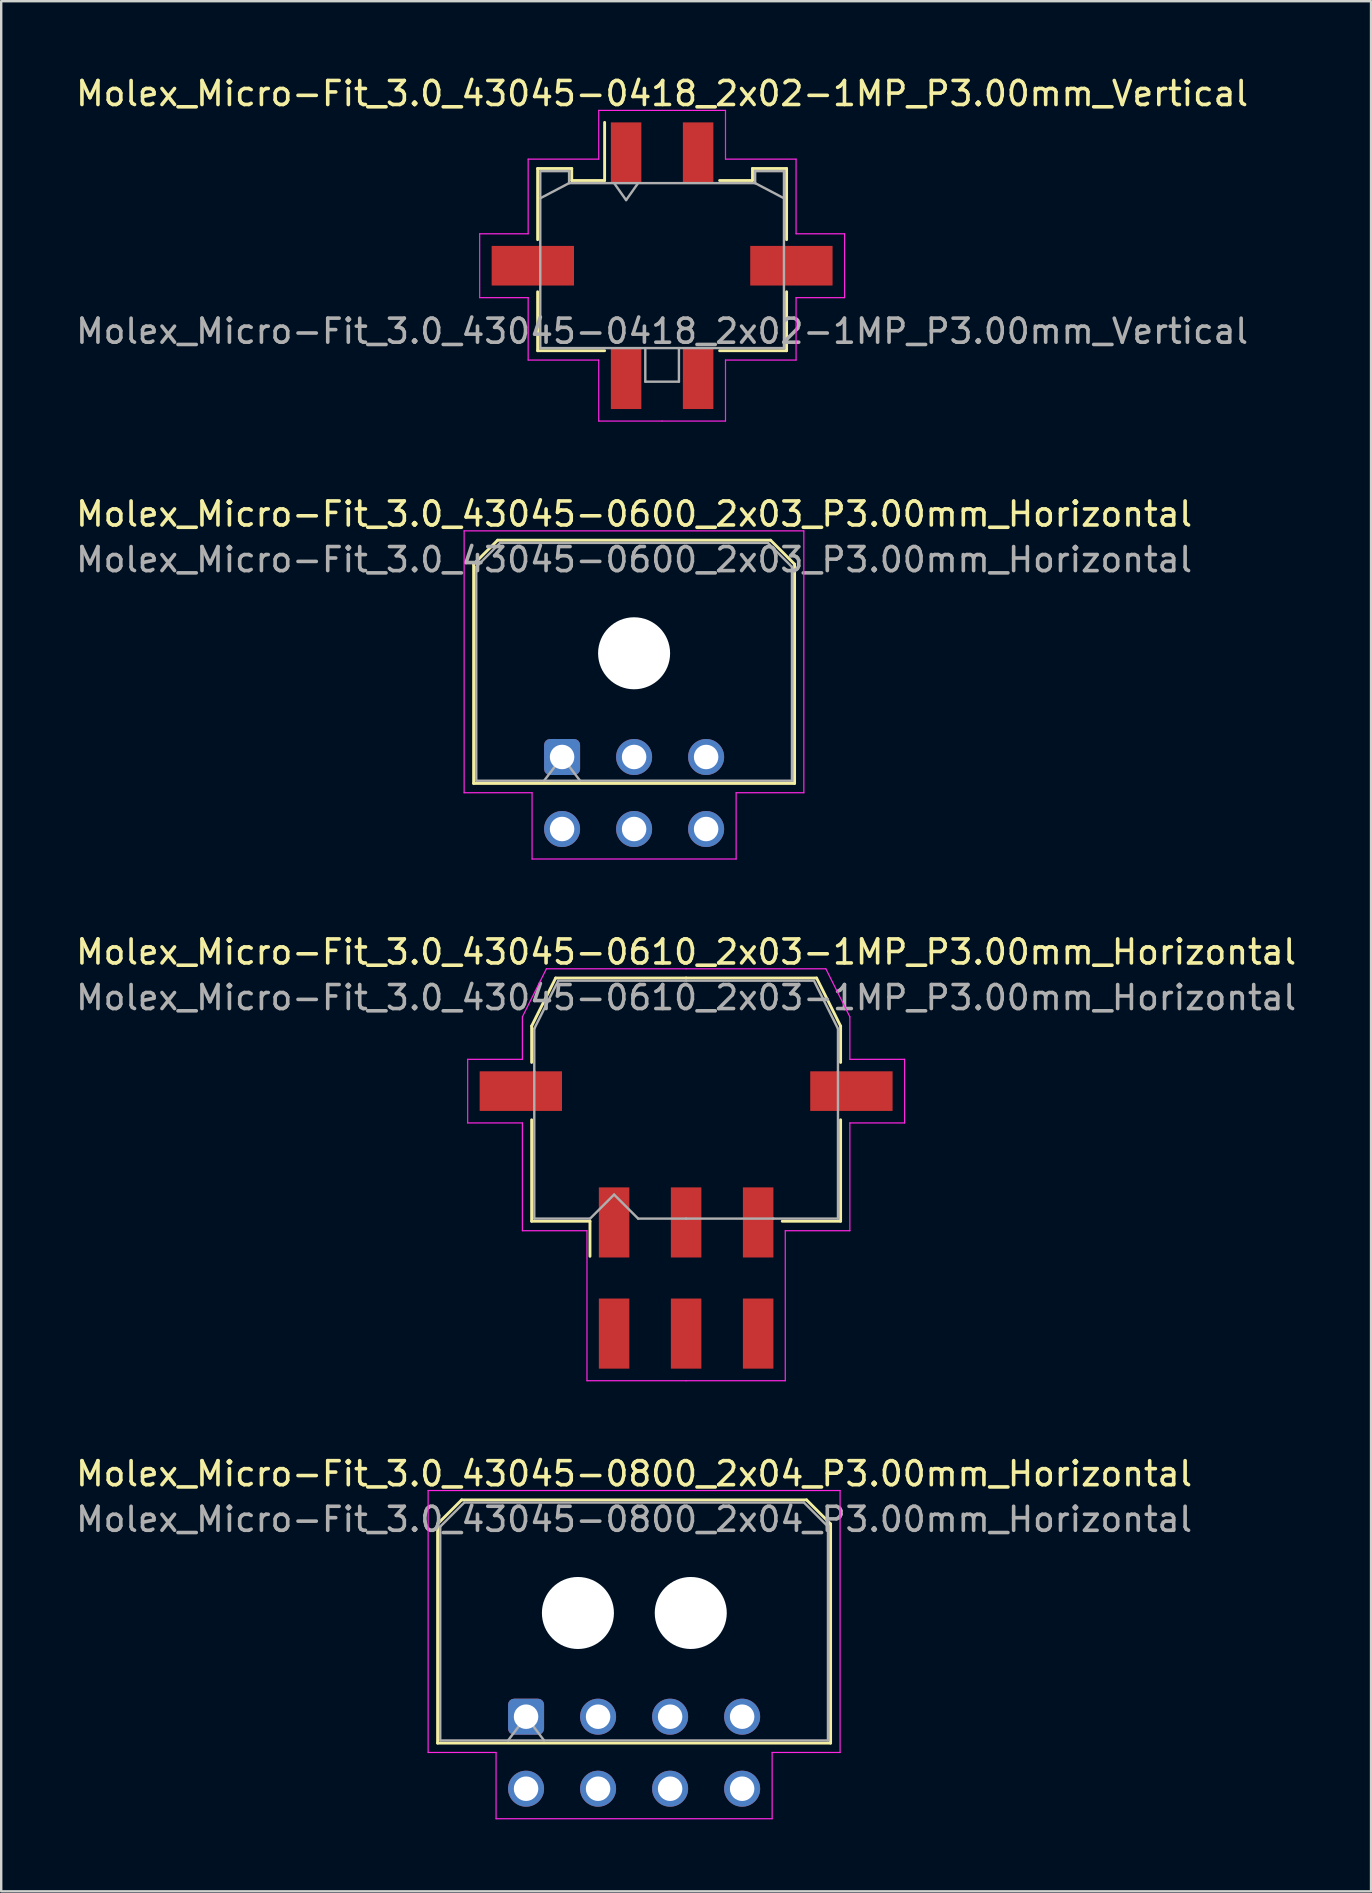
<source format=kicad_pcb>
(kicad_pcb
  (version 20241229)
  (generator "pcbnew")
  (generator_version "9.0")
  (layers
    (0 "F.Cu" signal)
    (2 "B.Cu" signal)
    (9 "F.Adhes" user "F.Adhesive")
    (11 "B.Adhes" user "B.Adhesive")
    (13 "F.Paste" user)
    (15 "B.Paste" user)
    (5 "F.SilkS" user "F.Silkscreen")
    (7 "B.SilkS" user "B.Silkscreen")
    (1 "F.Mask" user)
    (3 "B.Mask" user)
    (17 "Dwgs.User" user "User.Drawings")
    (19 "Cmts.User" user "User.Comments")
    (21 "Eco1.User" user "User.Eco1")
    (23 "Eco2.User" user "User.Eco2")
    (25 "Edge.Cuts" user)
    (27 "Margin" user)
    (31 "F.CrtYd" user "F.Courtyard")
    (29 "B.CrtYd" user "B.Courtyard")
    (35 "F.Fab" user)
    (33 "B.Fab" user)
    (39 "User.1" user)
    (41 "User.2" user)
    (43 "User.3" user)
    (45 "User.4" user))
  (footprint "Molex_Micro-Fit_3.0_43045-0610_2x03-1MP_P3.00mm_Horizontal"
    (layer "F.Cu")
    (at 25.53 50.185)
    (property "Reference" "Molex_Micro-Fit_3.0_43045-0610_2x03-1MP_P3.00mm_Horizontal" (at 0 -13.58 0) (layer "F.SilkS") (effects (font (size 1 1) (thickness 0.15))))
    (attr smd)
    (fp_line (start -6.435 -10.495) (end -6.435 -8.98) (stroke (width 0.12) (type solid)) (layer "F.SilkS"))
    (fp_line (start -6.435 -6.59) (end -6.435 -2.365) (stroke (width 0.12) (type solid)) (layer "F.SilkS"))
    (fp_line (start -6.435 -2.365) (end -4.005 -2.365) (stroke (width 0.12) (type solid)) (layer "F.SilkS"))
    (fp_line (start -5.435 -12.495) (end -6.435 -10.495) (stroke (width 0.12) (type solid)) (layer "F.SilkS"))
    (fp_line (start -4.005 -2.365) (end -4.005 -0.905) (stroke (width 0.12) (type solid)) (layer "F.SilkS"))
    (fp_line (start 0 -12.495) (end -5.435 -12.495) (stroke (width 0.12) (type solid)) (layer "F.SilkS"))
    (fp_line (start 0 -12.495) (end 5.435 -12.495) (stroke (width 0.12) (type solid)) (layer "F.SilkS"))
    (fp_line (start 5.435 -12.495) (end 6.435 -10.495) (stroke (width 0.12) (type solid)) (layer "F.SilkS"))
    (fp_line (start 6.435 -10.495) (end 6.435 -8.98) (stroke (width 0.12) (type solid)) (layer "F.SilkS"))
    (fp_line (start 6.435 -6.59) (end 6.435 -2.365) (stroke (width 0.12) (type solid)) (layer "F.SilkS"))
    (fp_line (start 6.435 -2.365) (end 4.005 -2.365) (stroke (width 0.12) (type solid)) (layer "F.SilkS"))
    (fp_line (start -9.1 -9.11) (end -9.1 -6.46) (stroke (width 0.05) (type solid)) (layer "F.CrtYd"))
    (fp_line (start -9.1 -6.46) (end -6.82 -6.46) (stroke (width 0.05) (type solid)) (layer "F.CrtYd"))
    (fp_line (start -6.82 -10.88) (end -6.82 -9.11) (stroke (width 0.05) (type solid)) (layer "F.CrtYd"))
    (fp_line (start -6.82 -9.11) (end -9.1 -9.11) (stroke (width 0.05) (type solid)) (layer "F.CrtYd"))
    (fp_line (start -6.82 -6.46) (end -6.82 -1.97) (stroke (width 0.05) (type solid)) (layer "F.CrtYd"))
    (fp_line (start -6.82 -1.97) (end -4.13 -1.97) (stroke (width 0.05) (type solid)) (layer "F.CrtYd"))
    (fp_line (start -5.82 -12.88) (end -6.82 -10.88) (stroke (width 0.05) (type solid)) (layer "F.CrtYd"))
    (fp_line (start -4.13 -1.97) (end -4.13 4.28) (stroke (width 0.05) (type solid)) (layer "F.CrtYd"))
    (fp_line (start -4.13 4.28) (end 0 4.28) (stroke (width 0.05) (type solid)) (layer "F.CrtYd"))
    (fp_line (start 0 -12.88) (end -5.82 -12.88) (stroke (width 0.05) (type solid)) (layer "F.CrtYd"))
    (fp_line (start 0 -12.88) (end 5.82 -12.88) (stroke (width 0.05) (type solid)) (layer "F.CrtYd"))
    (fp_line (start 4.13 -1.97) (end 4.13 4.28) (stroke (width 0.05) (type solid)) (layer "F.CrtYd"))
    (fp_line (start 4.13 4.28) (end 0 4.28) (stroke (width 0.05) (type solid)) (layer "F.CrtYd"))
    (fp_line (start 5.82 -12.88) (end 6.82 -10.88) (stroke (width 0.05) (type solid)) (layer "F.CrtYd"))
    (fp_line (start 6.82 -10.88) (end 6.82 -9.11) (stroke (width 0.05) (type solid)) (layer "F.CrtYd"))
    (fp_line (start 6.82 -9.11) (end 9.1 -9.11) (stroke (width 0.05) (type solid)) (layer "F.CrtYd"))
    (fp_line (start 6.82 -6.46) (end 6.82 -1.97) (stroke (width 0.05) (type solid)) (layer "F.CrtYd"))
    (fp_line (start 6.82 -1.97) (end 4.13 -1.97) (stroke (width 0.05) (type solid)) (layer "F.CrtYd"))
    (fp_line (start 9.1 -9.11) (end 9.1 -6.46) (stroke (width 0.05) (type solid)) (layer "F.CrtYd"))
    (fp_line (start 9.1 -6.46) (end 6.82 -6.46) (stroke (width 0.05) (type solid)) (layer "F.CrtYd"))
    (fp_line (start -6.325 -10.385) (end -6.325 -8.61) (stroke (width 0.1) (type solid)) (layer "F.Fab"))
    (fp_line (start -6.325 -8.61) (end -6.325 -2.475) (stroke (width 0.1) (type solid)) (layer "F.Fab"))
    (fp_line (start -6.325 -2.475) (end -4 -2.475) (stroke (width 0.1) (type solid)) (layer "F.Fab"))
    (fp_line (start -5.325 -12.385) (end -6.325 -10.385) (stroke (width 0.1) (type solid)) (layer "F.Fab"))
    (fp_line (start -4 -2.475) (end -3 -3.475) (stroke (width 0.1) (type solid)) (layer "F.Fab"))
    (fp_line (start -3 -3.475) (end -2 -2.475) (stroke (width 0.1) (type solid)) (layer "F.Fab"))
    (fp_line (start -2 -2.475) (end 0 -2.475) (stroke (width 0.1) (type solid)) (layer "F.Fab"))
    (fp_line (start 0 -12.385) (end -5.325 -12.385) (stroke (width 0.1) (type solid)) (layer "F.Fab"))
    (fp_line (start 0 -12.385) (end 5.325 -12.385) (stroke (width 0.1) (type solid)) (layer "F.Fab"))
    (fp_line (start 3.635 -2.475) (end 0 -2.475) (stroke (width 0.1) (type solid)) (layer "F.Fab"))
    (fp_line (start 5.325 -12.385) (end 6.325 -10.385) (stroke (width 0.1) (type solid)) (layer "F.Fab"))
    (fp_line (start 6.325 -10.385) (end 6.325 -8.61) (stroke (width 0.1) (type solid)) (layer "F.Fab"))
    (fp_line (start 6.325 -8.61) (end 6.325 -2.475) (stroke (width 0.1) (type solid)) (layer "F.Fab"))
    (fp_line (start 6.325 -2.475) (end 3.635 -2.475) (stroke (width 0.1) (type solid)) (layer "F.Fab"))
    (fp_text user "${REFERENCE}" (at 0 -11.68 0) (layer "F.Fab") (effects (font (size 1 1) (thickness 0.15))))
    (pad "1" smd rect (at -3 -2.315) (size 1.27 2.92) (layers "F.Cu" "F.Mask" "F.Paste"))
    (pad "2" smd rect (at 0 -2.315) (size 1.27 2.92) (layers "F.Cu" "F.Mask" "F.Paste"))
    (pad "3" smd rect (at 3 -2.315) (size 1.27 2.92) (layers "F.Cu" "F.Mask" "F.Paste"))
    (pad "4" smd rect (at -3 2.315) (size 1.27 2.92) (layers "F.Cu" "F.Mask" "F.Paste"))
    (pad "5" smd rect (at 0 2.315) (size 1.27 2.92) (layers "F.Cu" "F.Mask" "F.Paste"))
    (pad "6" smd rect (at 3 2.315) (size 1.27 2.92) (layers "F.Cu" "F.Mask" "F.Paste"))
    (pad "MP" smd rect (at -6.885 -7.785) (size 3.43 1.65) (layers "F.Cu" "F.Mask" "F.Paste"))
    (pad "MP" smd rect (at 6.885 -7.785) (size 3.43 1.65) (layers "F.Cu" "F.Mask" "F.Paste")))
  (footprint "Molex_Micro-Fit_3.0_43045-0418_2x02-1MP_P3.00mm_Vertical"
    (layer "F.Cu")
    (at 24.53 8.018)
    (property "Reference" "Molex_Micro-Fit_3.0_43045-0418_2x02-1MP_P3.00mm_Vertical" (at 0 -7.17 0) (layer "F.SilkS") (effects (font (size 1 1) (thickness 0.15))))
    (attr smd)
    (fp_line (start -5.185 -4.05) (end -3.765 -4.05) (stroke (width 0.12) (type solid)) (layer "F.SilkS"))
    (fp_line (start -5.185 -1.085) (end -5.185 -4.05) (stroke (width 0.12) (type solid)) (layer "F.SilkS"))
    (fp_line (start -5.185 1.085) (end -5.185 3.54) (stroke (width 0.12) (type solid)) (layer "F.SilkS"))
    (fp_line (start -5.185 3.54) (end -2.395 3.54) (stroke (width 0.12) (type solid)) (layer "F.SilkS"))
    (fp_line (start -3.765 -4.05) (end -3.765 -3.55) (stroke (width 0.12) (type solid)) (layer "F.SilkS"))
    (fp_line (start -3.765 -3.55) (end -2.395 -3.55) (stroke (width 0.12) (type solid)) (layer "F.SilkS"))
    (fp_line (start -2.395 -3.55) (end -2.395 -5.97) (stroke (width 0.12) (type solid)) (layer "F.SilkS"))
    (fp_line (start 3.765 -4.05) (end 3.765 -3.55) (stroke (width 0.12) (type solid)) (layer "F.SilkS"))
    (fp_line (start 3.765 -3.55) (end 2.395 -3.55) (stroke (width 0.12) (type solid)) (layer "F.SilkS"))
    (fp_line (start 5.185 -4.05) (end 3.765 -4.05) (stroke (width 0.12) (type solid)) (layer "F.SilkS"))
    (fp_line (start 5.185 -1.085) (end 5.185 -4.05) (stroke (width 0.12) (type solid)) (layer "F.SilkS"))
    (fp_line (start 5.185 1.085) (end 5.185 3.54) (stroke (width 0.12) (type solid)) (layer "F.SilkS"))
    (fp_line (start 5.185 3.54) (end 2.395 3.54) (stroke (width 0.12) (type solid)) (layer "F.SilkS"))
    (fp_line (start -7.6 -1.33) (end -7.6 1.33) (stroke (width 0.05) (type solid)) (layer "F.CrtYd"))
    (fp_line (start -7.6 1.33) (end -5.58 1.33) (stroke (width 0.05) (type solid)) (layer "F.CrtYd"))
    (fp_line (start -5.58 -4.44) (end -5.58 -1.33) (stroke (width 0.05) (type solid)) (layer "F.CrtYd"))
    (fp_line (start -5.58 -1.33) (end -7.6 -1.33) (stroke (width 0.05) (type solid)) (layer "F.CrtYd"))
    (fp_line (start -5.58 1.33) (end -5.58 3.93) (stroke (width 0.05) (type solid)) (layer "F.CrtYd"))
    (fp_line (start -5.58 3.93) (end -2.64 3.93) (stroke (width 0.05) (type solid)) (layer "F.CrtYd"))
    (fp_line (start -2.64 -6.47) (end -2.64 -4.44) (stroke (width 0.05) (type solid)) (layer "F.CrtYd"))
    (fp_line (start -2.64 -4.44) (end -5.58 -4.44) (stroke (width 0.05) (type solid)) (layer "F.CrtYd"))
    (fp_line (start -2.64 3.93) (end -2.64 6.47) (stroke (width 0.05) (type solid)) (layer "F.CrtYd"))
    (fp_line (start -2.64 6.47) (end 0 6.47) (stroke (width 0.05) (type solid)) (layer "F.CrtYd"))
    (fp_line (start 0 -6.47) (end -2.64 -6.47) (stroke (width 0.05) (type solid)) (layer "F.CrtYd"))
    (fp_line (start 0 -6.47) (end 2.64 -6.47) (stroke (width 0.05) (type solid)) (layer "F.CrtYd"))
    (fp_line (start 2.64 -6.47) (end 2.64 -4.44) (stroke (width 0.05) (type solid)) (layer "F.CrtYd"))
    (fp_line (start 2.64 -4.44) (end 5.58 -4.44) (stroke (width 0.05) (type solid)) (layer "F.CrtYd"))
    (fp_line (start 2.64 3.93) (end 2.64 6.47) (stroke (width 0.05) (type solid)) (layer "F.CrtYd"))
    (fp_line (start 2.64 6.47) (end 0 6.47) (stroke (width 0.05) (type solid)) (layer "F.CrtYd"))
    (fp_line (start 5.58 -4.44) (end 5.58 -1.33) (stroke (width 0.05) (type solid)) (layer "F.CrtYd"))
    (fp_line (start 5.58 -1.33) (end 7.6 -1.33) (stroke (width 0.05) (type solid)) (layer "F.CrtYd"))
    (fp_line (start 5.58 1.33) (end 5.58 3.93) (stroke (width 0.05) (type solid)) (layer "F.CrtYd"))
    (fp_line (start 5.58 3.93) (end 2.64 3.93) (stroke (width 0.05) (type solid)) (layer "F.CrtYd"))
    (fp_line (start 7.6 -1.33) (end 7.6 1.33) (stroke (width 0.05) (type solid)) (layer "F.CrtYd"))
    (fp_line (start 7.6 1.33) (end 5.58 1.33) (stroke (width 0.05) (type solid)) (layer "F.CrtYd"))
    (fp_line (start -5.075 -3.94) (end -5.075 3.43) (stroke (width 0.1) (type solid)) (layer "F.Fab"))
    (fp_line (start -5.075 -2.81) (end -3.875 -3.44) (stroke (width 0.1) (type solid)) (layer "F.Fab"))
    (fp_line (start -5.075 3.43) (end 5.075 3.43) (stroke (width 0.1) (type solid)) (layer "F.Fab"))
    (fp_line (start -3.875 -3.94) (end -5.075 -3.94) (stroke (width 0.1) (type solid)) (layer "F.Fab"))
    (fp_line (start -3.875 -3.44) (end -3.875 -3.94) (stroke (width 0.1) (type solid)) (layer "F.Fab"))
    (fp_line (start -2 -3.44) (end -1.5 -2.733) (stroke (width 0.1) (type solid)) (layer "F.Fab"))
    (fp_line (start -1.5 -2.733) (end -1 -3.44) (stroke (width 0.1) (type solid)) (layer "F.Fab"))
    (fp_line (start -0.7 3.43) (end -0.7 4.83) (stroke (width 0.1) (type solid)) (layer "F.Fab"))
    (fp_line (start -0.7 4.83) (end 0.7 4.83) (stroke (width 0.1) (type solid)) (layer "F.Fab"))
    (fp_line (start 0.7 4.83) (end 0.7 3.43) (stroke (width 0.1) (type solid)) (layer "F.Fab"))
    (fp_line (start 3.875 -3.94) (end 3.875 -3.44) (stroke (width 0.1) (type solid)) (layer "F.Fab"))
    (fp_line (start 3.875 -3.44) (end -3.875 -3.44) (stroke (width 0.1) (type solid)) (layer "F.Fab"))
    (fp_line (start 5.075 -3.94) (end 3.875 -3.94) (stroke (width 0.1) (type solid)) (layer "F.Fab"))
    (fp_line (start 5.075 -2.81) (end 3.875 -3.44) (stroke (width 0.1) (type solid)) (layer "F.Fab"))
    (fp_line (start 5.075 3.43) (end 5.075 -3.94) (stroke (width 0.1) (type solid)) (layer "F.Fab"))
    (fp_text user "${REFERENCE}" (at 0 2.73 0) (layer "F.Fab") (effects (font (size 1 1) (thickness 0.15))))
    (pad "1" smd rect (at -1.5 -4.7) (size 1.27 2.54) (layers "F.Cu" "F.Mask" "F.Paste"))
    (pad "2" smd rect (at 1.5 -4.7) (size 1.27 2.54) (layers "F.Cu" "F.Mask" "F.Paste"))
    (pad "3" smd rect (at -1.5 4.7) (size 1.27 2.54) (layers "F.Cu" "F.Mask" "F.Paste"))
    (pad "4" smd rect (at 1.5 4.7) (size 1.27 2.54) (layers "F.Cu" "F.Mask" "F.Paste"))
    (pad "MP" smd rect (at -5.385 0) (size 3.43 1.65) (layers "F.Cu" "F.Mask" "F.Paste"))
    (pad "MP" smd rect (at 5.385 0) (size 3.43 1.65) (layers "F.Cu" "F.Mask" "F.Paste")))
  (footprint "Molex_Micro-Fit_3.0_43045-0800_2x04_P3.00mm_Horizontal"
    (layer "F.Cu")
    (at 18.863 68.458)
    (property "Reference" "Molex_Micro-Fit_3.0_43045-0800_2x04_P3.00mm_Horizontal" (at 4.5 -10.12 0) (layer "F.SilkS") (effects (font (size 1 1) (thickness 0.15))))
    (attr through_hole)
    (fp_line (start -3.685 -8.03) (end -2.685 -9.03) (stroke (width 0.12) (type solid)) (layer "F.SilkS"))
    (fp_line (start -3.685 1.1) (end -3.685 -8.03) (stroke (width 0.12) (type solid)) (layer "F.SilkS"))
    (fp_line (start -2.685 -9.03) (end 11.685 -9.03) (stroke (width 0.12) (type solid)) (layer "F.SilkS"))
    (fp_line (start 11.685 -9.03) (end 12.685 -8.03) (stroke (width 0.12) (type solid)) (layer "F.SilkS"))
    (fp_line (start 12.685 -8.03) (end 12.685 1.1) (stroke (width 0.12) (type solid)) (layer "F.SilkS"))
    (fp_line (start 12.685 1.1) (end -3.685 1.1) (stroke (width 0.12) (type solid)) (layer "F.SilkS"))
    (fp_line (start -4.08 -9.42) (end 13.08 -9.42) (stroke (width 0.05) (type solid)) (layer "F.CrtYd"))
    (fp_line (start -4.08 1.49) (end -4.08 -9.42) (stroke (width 0.05) (type solid)) (layer "F.CrtYd"))
    (fp_line (start -1.25 1.49) (end -4.08 1.49) (stroke (width 0.05) (type solid)) (layer "F.CrtYd"))
    (fp_line (start -1.25 4.25) (end -1.25 1.49) (stroke (width 0.05) (type solid)) (layer "F.CrtYd"))
    (fp_line (start 10.25 1.49) (end 10.25 4.25) (stroke (width 0.05) (type solid)) (layer "F.CrtYd"))
    (fp_line (start 10.25 4.25) (end -1.25 4.25) (stroke (width 0.05) (type solid)) (layer "F.CrtYd"))
    (fp_line (start 13.08 -9.42) (end 13.08 1.49) (stroke (width 0.05) (type solid)) (layer "F.CrtYd"))
    (fp_line (start 13.08 1.49) (end 10.25 1.49) (stroke (width 0.05) (type solid)) (layer "F.CrtYd"))
    (fp_line (start -3.575 -7.92) (end -2.575 -8.92) (stroke (width 0.1) (type solid)) (layer "F.Fab"))
    (fp_line (start -3.575 0.99) (end -3.575 -7.92) (stroke (width 0.1) (type solid)) (layer "F.Fab"))
    (fp_line (start -2.575 -8.92) (end 11.575 -8.92) (stroke (width 0.1) (type solid)) (layer "F.Fab"))
    (fp_line (start -0.75 0.99) (end 0 0) (stroke (width 0.1) (type solid)) (layer "F.Fab"))
    (fp_line (start 0 0) (end 0.75 0.99) (stroke (width 0.1) (type solid)) (layer "F.Fab"))
    (fp_line (start 11.575 -8.92) (end 12.575 -7.92) (stroke (width 0.1) (type solid)) (layer "F.Fab"))
    (fp_line (start 12.575 -7.92) (end 12.575 0.99) (stroke (width 0.1) (type solid)) (layer "F.Fab"))
    (fp_line (start 12.575 0.99) (end -3.575 0.99) (stroke (width 0.1) (type solid)) (layer "F.Fab"))
    (fp_text user "${REFERENCE}" (at 4.5 -8.22 0) (layer "F.Fab") (effects (font (size 1 1) (thickness 0.15))))
    (pad "" np_thru_hole circle (at 2.16 -4.32) (size 3 3) (drill 3) (layers "*.Cu" "*.Mask"))
    (pad "" np_thru_hole circle (at 6.86 -4.32) (size 3 3) (drill 3) (layers "*.Cu" "*.Mask"))
    (pad "1" thru_hole roundrect (at 0 0) (size 1.5 1.5) (drill 1.02) (layers "*.Cu" "*.Mask") (roundrect_rratio 0.167))
    (pad "2" thru_hole circle (at 3 0) (size 1.5 1.5) (drill 1.02) (layers "*.Cu" "*.Mask"))
    (pad "3" thru_hole circle (at 6 0) (size 1.5 1.5) (drill 1.02) (layers "*.Cu" "*.Mask"))
    (pad "4" thru_hole circle (at 9 0) (size 1.5 1.5) (drill 1.02) (layers "*.Cu" "*.Mask"))
    (pad "5" thru_hole circle (at 0 3) (size 1.5 1.5) (drill 1.02) (layers "*.Cu" "*.Mask"))
    (pad "6" thru_hole circle (at 3 3) (size 1.5 1.5) (drill 1.02) (layers "*.Cu" "*.Mask"))
    (pad "7" thru_hole circle (at 6 3) (size 1.5 1.5) (drill 1.02) (layers "*.Cu" "*.Mask"))
    (pad "8" thru_hole circle (at 9 3) (size 1.5 1.5) (drill 1.02) (layers "*.Cu" "*.Mask")))
  (footprint "Molex_Micro-Fit_3.0_43045-0600_2x03_P3.00mm_Horizontal"
    (layer "F.Cu")
    (at 20.363 28.482)
    (property "Reference" "Molex_Micro-Fit_3.0_43045-0600_2x03_P3.00mm_Horizontal" (at 3 -10.12 0) (layer "F.SilkS") (effects (font (size 1 1) (thickness 0.15))))
    (attr through_hole)
    (fp_line (start -3.685 -8.03) (end -2.685 -9.03) (stroke (width 0.12) (type solid)) (layer "F.SilkS"))
    (fp_line (start -3.685 1.1) (end -3.685 -8.03) (stroke (width 0.12) (type solid)) (layer "F.SilkS"))
    (fp_line (start -2.685 -9.03) (end 8.685 -9.03) (stroke (width 0.12) (type solid)) (layer "F.SilkS"))
    (fp_line (start 8.685 -9.03) (end 9.685 -8.03) (stroke (width 0.12) (type solid)) (layer "F.SilkS"))
    (fp_line (start 9.685 -8.03) (end 9.685 1.1) (stroke (width 0.12) (type solid)) (layer "F.SilkS"))
    (fp_line (start 9.685 1.1) (end -3.685 1.1) (stroke (width 0.12) (type solid)) (layer "F.SilkS"))
    (fp_line (start -4.08 -9.42) (end 10.07 -9.42) (stroke (width 0.05) (type solid)) (layer "F.CrtYd"))
    (fp_line (start -4.08 1.49) (end -4.08 -9.42) (stroke (width 0.05) (type solid)) (layer "F.CrtYd"))
    (fp_line (start -1.25 1.49) (end -4.08 1.49) (stroke (width 0.05) (type solid)) (layer "F.CrtYd"))
    (fp_line (start -1.25 4.25) (end -1.25 1.49) (stroke (width 0.05) (type solid)) (layer "F.CrtYd"))
    (fp_line (start 7.25 1.49) (end 7.25 4.25) (stroke (width 0.05) (type solid)) (layer "F.CrtYd"))
    (fp_line (start 7.25 4.25) (end -1.25 4.25) (stroke (width 0.05) (type solid)) (layer "F.CrtYd"))
    (fp_line (start 10.07 -9.42) (end 10.07 1.49) (stroke (width 0.05) (type solid)) (layer "F.CrtYd"))
    (fp_line (start 10.07 1.49) (end 7.25 1.49) (stroke (width 0.05) (type solid)) (layer "F.CrtYd"))
    (fp_line (start -3.575 -7.92) (end -2.575 -8.92) (stroke (width 0.1) (type solid)) (layer "F.Fab"))
    (fp_line (start -3.575 0.99) (end -3.575 -7.92) (stroke (width 0.1) (type solid)) (layer "F.Fab"))
    (fp_line (start -2.575 -8.92) (end 8.575 -8.92) (stroke (width 0.1) (type solid)) (layer "F.Fab"))
    (fp_line (start -0.75 0.99) (end 0 0) (stroke (width 0.1) (type solid)) (layer "F.Fab"))
    (fp_line (start 0 0) (end 0.75 0.99) (stroke (width 0.1) (type solid)) (layer "F.Fab"))
    (fp_line (start 8.575 -8.92) (end 9.575 -7.92) (stroke (width 0.1) (type solid)) (layer "F.Fab"))
    (fp_line (start 9.575 -7.92) (end 9.575 0.99) (stroke (width 0.1) (type solid)) (layer "F.Fab"))
    (fp_line (start 9.575 0.99) (end -3.575 0.99) (stroke (width 0.1) (type solid)) (layer "F.Fab"))
    (fp_text user "${REFERENCE}" (at 3 -8.22 0) (layer "F.Fab") (effects (font (size 1 1) (thickness 0.15))))
    (pad "" np_thru_hole circle (at 3 -4.32) (size 3 3) (drill 3) (layers "*.Cu" "*.Mask"))
    (pad "1" thru_hole roundrect (at 0 0) (size 1.5 1.5) (drill 1.02) (layers "*.Cu" "*.Mask") (roundrect_rratio 0.167))
    (pad "2" thru_hole circle (at 3 0) (size 1.5 1.5) (drill 1.02) (layers "*.Cu" "*.Mask"))
    (pad "3" thru_hole circle (at 6 0) (size 1.5 1.5) (drill 1.02) (layers "*.Cu" "*.Mask"))
    (pad "4" thru_hole circle (at 0 3) (size 1.5 1.5) (drill 1.02) (layers "*.Cu" "*.Mask"))
    (pad "5" thru_hole circle (at 3 3) (size 1.5 1.5) (drill 1.02) (layers "*.Cu" "*.Mask"))
    (pad "6" thru_hole circle (at 6 3) (size 1.5 1.5) (drill 1.02) (layers "*.Cu" "*.Mask")))
  (gr_rect
    (start -3 -3)
    (end 54.06 75.733)
    (stroke (width 0.1) (type default))
    (fill no)
    (layer "Edge.Cuts")))
</source>
